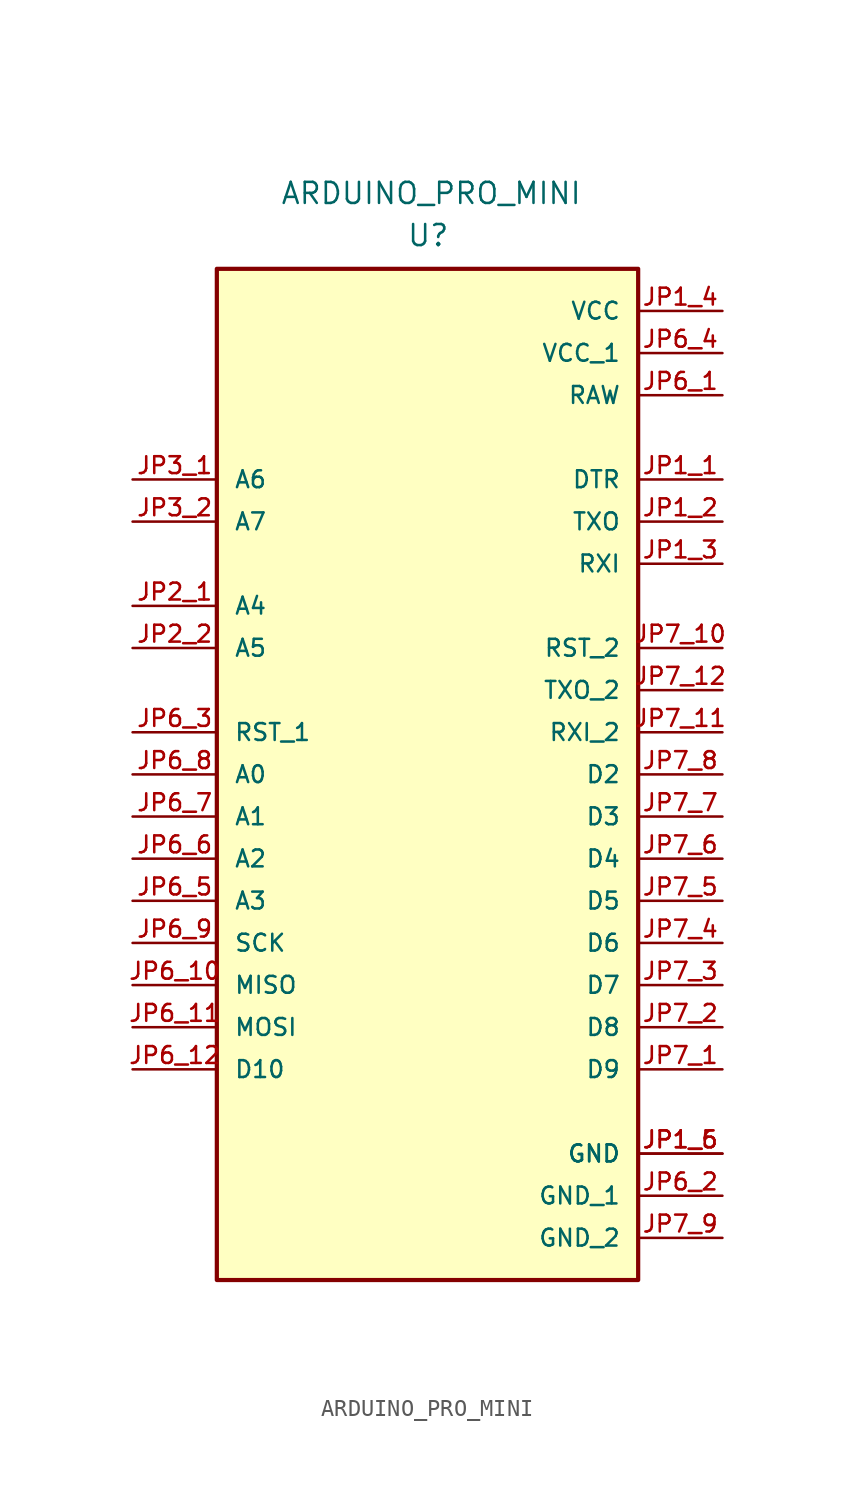
<source format=kicad_sym>
(kicad_symbol_lib
  (version 20211014)
  (generator kicad_symbol_editor)
  (symbol "ARDUINO_PRO_MINI"
    (pin_names
      (offset 1.016))
    (property "Reference" "U"
      (at -1.27 31.75 0)
      (effects (font (size 1.27 1.27)) (justify left bottom)))
    (property "Value" "ARDUINO_PRO_MINI"
      (at -8.89 34.29 0)
      (effects (font (size 1.27 1.27)) (justify left bottom)))
    (property "ki_locked" ""
      (at 0 0 0)
      (effects (font (size 1.27 1.27))))
    (symbol "ARDUINO_PRO_MINI_0_0"
      (rectangle (start -12.7 -30.48) (end 12.7 30.48) (stroke (width 0.254) (type default) (color 0 0 0 0)) (fill (type background)))
      (pin input line (at 17.78 17.78 180) (length 5.08) (name "DTR" (effects (font (size 1.016 1.016)))) (number "JP1_1" (effects (font (size 1.016 1.016)))))
      (pin bidirectional line (at 17.78 15.24 180) (length 5.08) (name "TXO" (effects (font (size 1.016 1.016)))) (number "JP1_2" (effects (font (size 1.016 1.016)))))
      (pin bidirectional line (at 17.78 12.7 180) (length 5.08) (name "RXI" (effects (font (size 1.016 1.016)))) (number "JP1_3" (effects (font (size 1.016 1.016)))))
      (pin power_in line (at 17.78 27.94 180) (length 5.08) (name "VCC" (effects (font (size 1.016 1.016)))) (number "JP1_4" (effects (font (size 1.016 1.016)))))
      (pin power_in line (at 17.78 -22.86 180) (length 5.08) (name "GND" (effects (font (size 1.016 1.016)))) (number "JP1_5" (effects (font (size 1.016 1.016)))))
      (pin power_in line (at 17.78 -22.86 180) (length 5.08) (name "GND" (effects (font (size 1.016 1.016)))) (number "JP1_6" (effects (font (size 1.016 1.016)))))
      (pin bidirectional line (at -17.78 10.16 0) (length 5.08) (name "A4" (effects (font (size 1.016 1.016)))) (number "JP2_1" (effects (font (size 1.016 1.016)))))
      (pin bidirectional line (at -17.78 7.62 0) (length 5.08) (name "A5" (effects (font (size 1.016 1.016)))) (number "JP2_2" (effects (font (size 1.016 1.016)))))
      (pin input line (at -17.78 17.78 0) (length 5.08) (name "A6" (effects (font (size 1.016 1.016)))) (number "JP3_1" (effects (font (size 1.016 1.016)))))
      (pin input line (at -17.78 15.24 0) (length 5.08) (name "A7" (effects (font (size 1.016 1.016)))) (number "JP3_2" (effects (font (size 1.016 1.016)))))
      (pin power_in line (at 17.78 22.86 180) (length 5.08) (name "RAW" (effects (font (size 1.016 1.016)))) (number "JP6_1" (effects (font (size 1.016 1.016)))))
      (pin bidirectional line (at -17.78 -12.7 0) (length 5.08) (name "MISO" (effects (font (size 1.016 1.016)))) (number "JP6_10" (effects (font (size 1.016 1.016)))))
      (pin bidirectional line (at -17.78 -15.24 0) (length 5.08) (name "MOSI" (effects (font (size 1.016 1.016)))) (number "JP6_11" (effects (font (size 1.016 1.016)))))
      (pin bidirectional line (at -17.78 -17.78 0) (length 5.08) (name "D10" (effects (font (size 1.016 1.016)))) (number "JP6_12" (effects (font (size 1.016 1.016)))))
      (pin power_in line (at 17.78 -25.4 180) (length 5.08) (name "GND_1" (effects (font (size 1.016 1.016)))) (number "JP6_2" (effects (font (size 1.016 1.016)))))
      (pin input line (at -17.78 2.54 0) (length 5.08) (name "RST_1" (effects (font (size 1.016 1.016)))) (number "JP6_3" (effects (font (size 1.016 1.016)))))
      (pin power_in line (at 17.78 25.4 180) (length 5.08) (name "VCC_1" (effects (font (size 1.016 1.016)))) (number "JP6_4" (effects (font (size 1.016 1.016)))))
      (pin bidirectional line (at -17.78 -7.62 0) (length 5.08) (name "A3" (effects (font (size 1.016 1.016)))) (number "JP6_5" (effects (font (size 1.016 1.016)))))
      (pin bidirectional line (at -17.78 -5.08 0) (length 5.08) (name "A2" (effects (font (size 1.016 1.016)))) (number "JP6_6" (effects (font (size 1.016 1.016)))))
      (pin bidirectional line (at -17.78 -2.54 0) (length 5.08) (name "A1" (effects (font (size 1.016 1.016)))) (number "JP6_7" (effects (font (size 1.016 1.016)))))
      (pin bidirectional line (at -17.78 0 0) (length 5.08) (name "A0" (effects (font (size 1.016 1.016)))) (number "JP6_8" (effects (font (size 1.016 1.016)))))
      (pin bidirectional line (at -17.78 -10.16 0) (length 5.08) (name "SCK" (effects (font (size 1.016 1.016)))) (number "JP6_9" (effects (font (size 1.016 1.016)))))
      (pin bidirectional line (at 17.78 -17.78 180) (length 5.08) (name "D9" (effects (font (size 1.016 1.016)))) (number "JP7_1" (effects (font (size 1.016 1.016)))))
      (pin input line (at 17.78 7.62 180) (length 5.08) (name "RST_2" (effects (font (size 1.016 1.016)))) (number "JP7_10" (effects (font (size 1.016 1.016)))))
      (pin bidirectional line (at 17.78 2.54 180) (length 5.08) (name "RXI_2" (effects (font (size 1.016 1.016)))) (number "JP7_11" (effects (font (size 1.016 1.016)))))
      (pin bidirectional line (at 17.78 5.08 180) (length 5.08) (name "TXO_2" (effects (font (size 1.016 1.016)))) (number "JP7_12" (effects (font (size 1.016 1.016)))))
      (pin bidirectional line (at 17.78 -15.24 180) (length 5.08) (name "D8" (effects (font (size 1.016 1.016)))) (number "JP7_2" (effects (font (size 1.016 1.016)))))
      (pin bidirectional line (at 17.78 -12.7 180) (length 5.08) (name "D7" (effects (font (size 1.016 1.016)))) (number "JP7_3" (effects (font (size 1.016 1.016)))))
      (pin bidirectional line (at 17.78 -10.16 180) (length 5.08) (name "D6" (effects (font (size 1.016 1.016)))) (number "JP7_4" (effects (font (size 1.016 1.016)))))
      (pin bidirectional line (at 17.78 -7.62 180) (length 5.08) (name "D5" (effects (font (size 1.016 1.016)))) (number "JP7_5" (effects (font (size 1.016 1.016)))))
      (pin bidirectional line (at 17.78 -5.08 180) (length 5.08) (name "D4" (effects (font (size 1.016 1.016)))) (number "JP7_6" (effects (font (size 1.016 1.016)))))
      (pin bidirectional line (at 17.78 -2.54 180) (length 5.08) (name "D3" (effects (font (size 1.016 1.016)))) (number "JP7_7" (effects (font (size 1.016 1.016)))))
      (pin bidirectional line (at 17.78 0 180) (length 5.08) (name "D2" (effects (font (size 1.016 1.016)))) (number "JP7_8" (effects (font (size 1.016 1.016)))))
      (pin power_in line (at 17.78 -27.94 180) (length 5.08) (name "GND_2" (effects (font (size 1.016 1.016)))) (number "JP7_9" (effects (font (size 1.016 1.016))))))))
</source>
